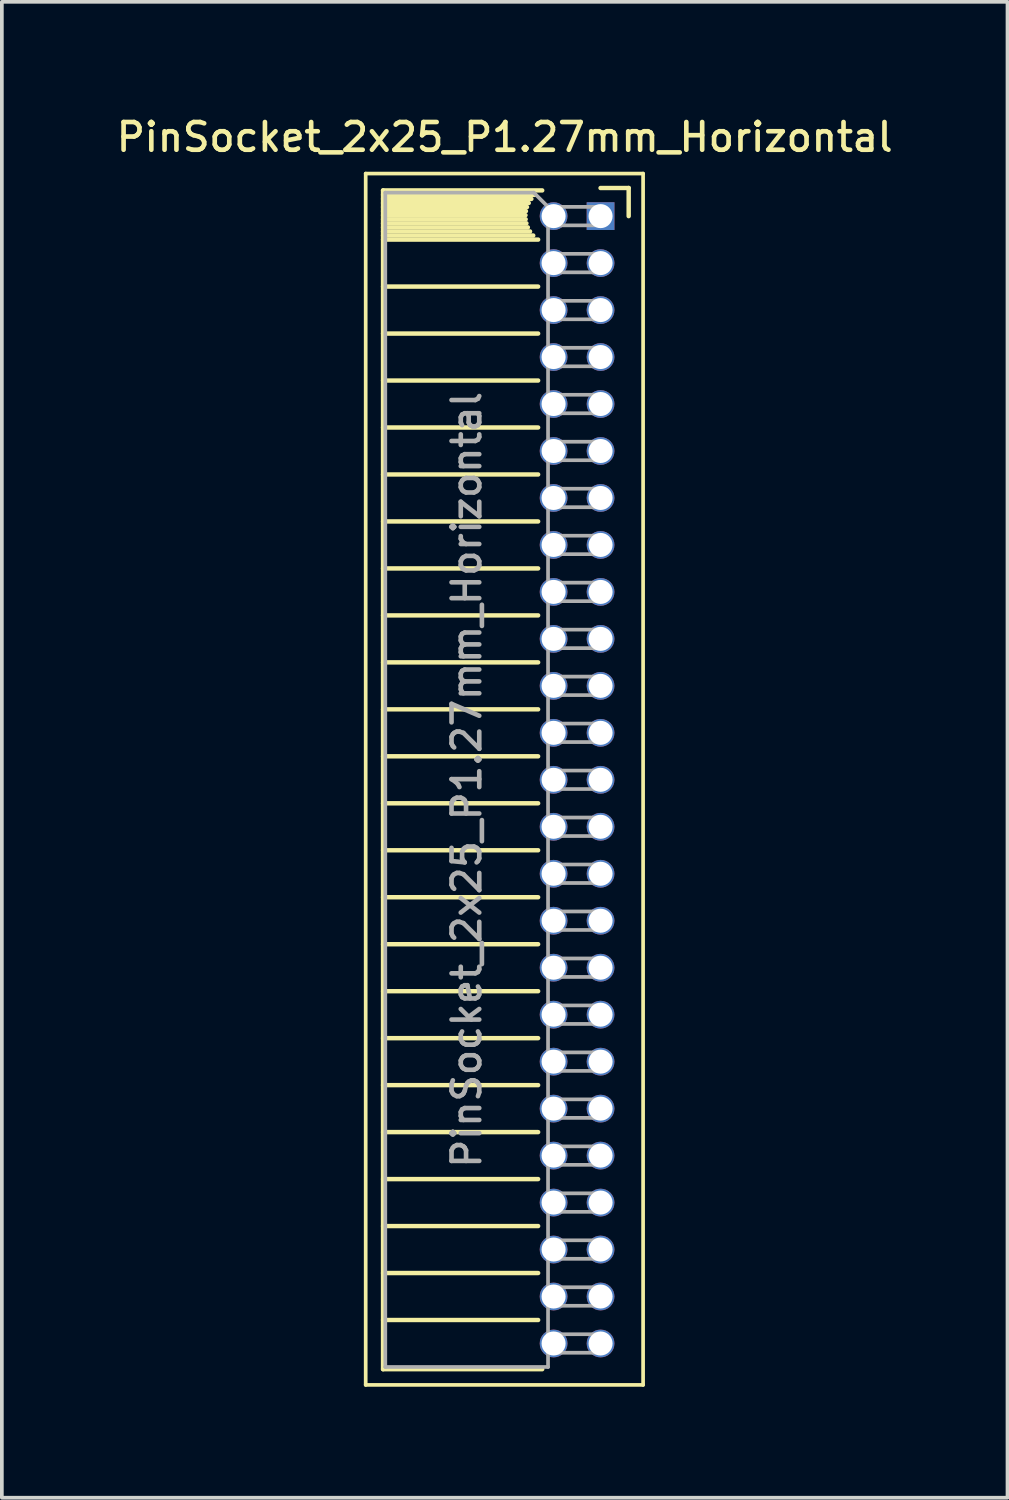
<source format=kicad_pcb>
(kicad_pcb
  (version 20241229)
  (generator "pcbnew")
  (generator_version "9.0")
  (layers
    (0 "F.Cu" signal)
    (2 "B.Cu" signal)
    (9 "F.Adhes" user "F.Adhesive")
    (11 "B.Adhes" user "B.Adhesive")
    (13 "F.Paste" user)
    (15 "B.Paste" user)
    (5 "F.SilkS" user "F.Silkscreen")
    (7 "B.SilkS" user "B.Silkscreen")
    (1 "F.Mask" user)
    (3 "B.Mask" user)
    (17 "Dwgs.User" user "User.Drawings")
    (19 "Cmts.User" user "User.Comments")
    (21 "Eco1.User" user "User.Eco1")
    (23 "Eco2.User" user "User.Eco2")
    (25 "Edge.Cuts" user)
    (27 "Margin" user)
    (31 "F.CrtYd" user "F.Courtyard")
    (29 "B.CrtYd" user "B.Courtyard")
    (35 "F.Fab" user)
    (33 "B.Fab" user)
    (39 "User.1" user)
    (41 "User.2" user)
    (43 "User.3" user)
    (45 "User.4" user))
  (footprint "PinSocket_2x25_P1.27mm_Horizontal"
    (layer "F.Cu")
    (at 13.187 2.793)
    (property "Reference" "PinSocket_2x25_P1.27mm_Horizontal" (at -2.592 -2.135 0) (layer "F.SilkS") (effects (font (size 0.75 0.75) (thickness 0.125))))
    (attr through_hole)
    (fp_line (start -6.35 -1.15) (end -6.35 31.6) (stroke (width 0.1) (type solid)) (layer "F.SilkS"))
    (fp_line (start -6.35 31.6) (end 1.15 31.6) (stroke (width 0.1) (type solid)) (layer "F.SilkS"))
    (fp_line (start -5.88 -0.695) (end -5.88 31.175) (stroke (width 0.12) (type solid)) (layer "F.SilkS"))
    (fp_line (start -5.88 -0.695) (end -1.578 -0.695) (stroke (width 0.12) (type solid)) (layer "F.SilkS"))
    (fp_line (start -5.88 -0.575) (end -1.767 -0.575) (stroke (width 0.12) (type solid)) (layer "F.SilkS"))
    (fp_line (start -5.88 -0.465) (end -1.871 -0.465) (stroke (width 0.12) (type solid)) (layer "F.SilkS"))
    (fp_line (start -5.88 -0.355) (end -1.942 -0.355) (stroke (width 0.12) (type solid)) (layer "F.SilkS"))
    (fp_line (start -5.88 -0.245) (end -1.989 -0.245) (stroke (width 0.12) (type solid)) (layer "F.SilkS"))
    (fp_line (start -5.88 -0.135) (end -2.018 -0.135) (stroke (width 0.12) (type solid)) (layer "F.SilkS"))
    (fp_line (start -5.88 -0.025) (end -2.03 -0.025) (stroke (width 0.12) (type solid)) (layer "F.SilkS"))
    (fp_line (start -5.88 0.085) (end -2.025 0.085) (stroke (width 0.12) (type solid)) (layer "F.SilkS"))
    (fp_line (start -5.88 0.195) (end -2.005 0.195) (stroke (width 0.12) (type solid)) (layer "F.SilkS"))
    (fp_line (start -5.88 0.305) (end -1.966 0.305) (stroke (width 0.12) (type solid)) (layer "F.SilkS"))
    (fp_line (start -5.88 0.415) (end -1.907 0.415) (stroke (width 0.12) (type solid)) (layer "F.SilkS"))
    (fp_line (start -5.88 0.525) (end -1.82 0.525) (stroke (width 0.12) (type solid)) (layer "F.SilkS"))
    (fp_line (start -5.88 0.635) (end -1.688 0.635) (stroke (width 0.12) (type solid)) (layer "F.SilkS"))
    (fp_line (start -5.88 1.905) (end -1.688 1.905) (stroke (width 0.12) (type solid)) (layer "F.SilkS"))
    (fp_line (start -5.88 3.175) (end -1.688 3.175) (stroke (width 0.12) (type solid)) (layer "F.SilkS"))
    (fp_line (start -5.88 4.445) (end -1.688 4.445) (stroke (width 0.12) (type solid)) (layer "F.SilkS"))
    (fp_line (start -5.88 5.715) (end -1.688 5.715) (stroke (width 0.12) (type solid)) (layer "F.SilkS"))
    (fp_line (start -5.88 6.985) (end -1.688 6.985) (stroke (width 0.12) (type solid)) (layer "F.SilkS"))
    (fp_line (start -5.88 8.255) (end -1.688 8.255) (stroke (width 0.12) (type solid)) (layer "F.SilkS"))
    (fp_line (start -5.88 9.525) (end -1.688 9.525) (stroke (width 0.12) (type solid)) (layer "F.SilkS"))
    (fp_line (start -5.88 10.795) (end -1.688 10.795) (stroke (width 0.12) (type solid)) (layer "F.SilkS"))
    (fp_line (start -5.88 12.065) (end -1.688 12.065) (stroke (width 0.12) (type solid)) (layer "F.SilkS"))
    (fp_line (start -5.88 13.335) (end -1.688 13.335) (stroke (width 0.12) (type solid)) (layer "F.SilkS"))
    (fp_line (start -5.88 14.605) (end -1.688 14.605) (stroke (width 0.12) (type solid)) (layer "F.SilkS"))
    (fp_line (start -5.88 15.875) (end -1.688 15.875) (stroke (width 0.12) (type solid)) (layer "F.SilkS"))
    (fp_line (start -5.88 17.145) (end -1.688 17.145) (stroke (width 0.12) (type solid)) (layer "F.SilkS"))
    (fp_line (start -5.88 18.415) (end -1.688 18.415) (stroke (width 0.12) (type solid)) (layer "F.SilkS"))
    (fp_line (start -5.88 19.685) (end -1.688 19.685) (stroke (width 0.12) (type solid)) (layer "F.SilkS"))
    (fp_line (start -5.88 20.955) (end -1.688 20.955) (stroke (width 0.12) (type solid)) (layer "F.SilkS"))
    (fp_line (start -5.88 22.225) (end -1.688 22.225) (stroke (width 0.12) (type solid)) (layer "F.SilkS"))
    (fp_line (start -5.88 23.495) (end -1.688 23.495) (stroke (width 0.12) (type solid)) (layer "F.SilkS"))
    (fp_line (start -5.88 24.765) (end -1.688 24.765) (stroke (width 0.12) (type solid)) (layer "F.SilkS"))
    (fp_line (start -5.88 26.035) (end -1.688 26.035) (stroke (width 0.12) (type solid)) (layer "F.SilkS"))
    (fp_line (start -5.88 27.305) (end -1.688 27.305) (stroke (width 0.12) (type solid)) (layer "F.SilkS"))
    (fp_line (start -5.88 28.575) (end -1.688 28.575) (stroke (width 0.12) (type solid)) (layer "F.SilkS"))
    (fp_line (start -5.88 29.845) (end -1.688 29.845) (stroke (width 0.12) (type solid)) (layer "F.SilkS"))
    (fp_line (start -5.88 31.175) (end -1.578 31.175) (stroke (width 0.12) (type solid)) (layer "F.SilkS"))
    (fp_line (start 0 -0.76) (end 0.76 -0.76) (stroke (width 0.12) (type solid)) (layer "F.SilkS"))
    (fp_line (start 0.76 -0.76) (end 0.76 0) (stroke (width 0.12) (type solid)) (layer "F.SilkS"))
    (fp_line (start 1.15 -1.15) (end -6.35 -1.15) (stroke (width 0.1) (type solid)) (layer "F.SilkS"))
    (fp_line (start 1.15 31.6) (end 1.15 -1.15) (stroke (width 0.1) (type solid)) (layer "F.SilkS"))
    (fp_line (start -5.82 -0.635) (end -1.805 -0.635) (stroke (width 0.1) (type solid)) (layer "F.Fab"))
    (fp_line (start -5.82 31.115) (end -5.82 -0.635) (stroke (width 0.1) (type solid)) (layer "F.Fab"))
    (fp_line (start -1.805 -0.635) (end -1.42 -0.25) (stroke (width 0.1) (type solid)) (layer "F.Fab"))
    (fp_line (start -1.42 -0.25) (end -1.42 31.115) (stroke (width 0.1) (type solid)) (layer "F.Fab"))
    (fp_line (start -1.42 0.25) (end 0 0.25) (stroke (width 0.1) (type solid)) (layer "F.Fab"))
    (fp_line (start -1.42 1.52) (end 0 1.52) (stroke (width 0.1) (type solid)) (layer "F.Fab"))
    (fp_line (start -1.42 2.79) (end 0 2.79) (stroke (width 0.1) (type solid)) (layer "F.Fab"))
    (fp_line (start -1.42 4.06) (end 0 4.06) (stroke (width 0.1) (type solid)) (layer "F.Fab"))
    (fp_line (start -1.42 5.33) (end 0 5.33) (stroke (width 0.1) (type solid)) (layer "F.Fab"))
    (fp_line (start -1.42 6.6) (end 0 6.6) (stroke (width 0.1) (type solid)) (layer "F.Fab"))
    (fp_line (start -1.42 7.87) (end 0 7.87) (stroke (width 0.1) (type solid)) (layer "F.Fab"))
    (fp_line (start -1.42 9.14) (end 0 9.14) (stroke (width 0.1) (type solid)) (layer "F.Fab"))
    (fp_line (start -1.42 10.41) (end 0 10.41) (stroke (width 0.1) (type solid)) (layer "F.Fab"))
    (fp_line (start -1.42 11.68) (end 0 11.68) (stroke (width 0.1) (type solid)) (layer "F.Fab"))
    (fp_line (start -1.42 12.95) (end 0 12.95) (stroke (width 0.1) (type solid)) (layer "F.Fab"))
    (fp_line (start -1.42 14.22) (end 0 14.22) (stroke (width 0.1) (type solid)) (layer "F.Fab"))
    (fp_line (start -1.42 15.49) (end 0 15.49) (stroke (width 0.1) (type solid)) (layer "F.Fab"))
    (fp_line (start -1.42 16.76) (end 0 16.76) (stroke (width 0.1) (type solid)) (layer "F.Fab"))
    (fp_line (start -1.42 18.03) (end 0 18.03) (stroke (width 0.1) (type solid)) (layer "F.Fab"))
    (fp_line (start -1.42 19.3) (end 0 19.3) (stroke (width 0.1) (type solid)) (layer "F.Fab"))
    (fp_line (start -1.42 20.57) (end 0 20.57) (stroke (width 0.1) (type solid)) (layer "F.Fab"))
    (fp_line (start -1.42 21.84) (end 0 21.84) (stroke (width 0.1) (type solid)) (layer "F.Fab"))
    (fp_line (start -1.42 23.11) (end 0 23.11) (stroke (width 0.1) (type solid)) (layer "F.Fab"))
    (fp_line (start -1.42 24.38) (end 0 24.38) (stroke (width 0.1) (type solid)) (layer "F.Fab"))
    (fp_line (start -1.42 25.65) (end 0 25.65) (stroke (width 0.1) (type solid)) (layer "F.Fab"))
    (fp_line (start -1.42 26.92) (end 0 26.92) (stroke (width 0.1) (type solid)) (layer "F.Fab"))
    (fp_line (start -1.42 28.19) (end 0 28.19) (stroke (width 0.1) (type solid)) (layer "F.Fab"))
    (fp_line (start -1.42 29.46) (end 0 29.46) (stroke (width 0.1) (type solid)) (layer "F.Fab"))
    (fp_line (start -1.42 30.73) (end 0 30.73) (stroke (width 0.1) (type solid)) (layer "F.Fab"))
    (fp_line (start -1.42 31.115) (end -5.82 31.115) (stroke (width 0.1) (type solid)) (layer "F.Fab"))
    (fp_line (start 0 -0.25) (end -1.42 -0.25) (stroke (width 0.1) (type solid)) (layer "F.Fab"))
    (fp_line (start 0 0.25) (end 0 -0.25) (stroke (width 0.1) (type solid)) (layer "F.Fab"))
    (fp_line (start 0 1.02) (end -1.42 1.02) (stroke (width 0.1) (type solid)) (layer "F.Fab"))
    (fp_line (start 0 1.52) (end 0 1.02) (stroke (width 0.1) (type solid)) (layer "F.Fab"))
    (fp_line (start 0 2.29) (end -1.42 2.29) (stroke (width 0.1) (type solid)) (layer "F.Fab"))
    (fp_line (start 0 2.79) (end 0 2.29) (stroke (width 0.1) (type solid)) (layer "F.Fab"))
    (fp_line (start 0 3.56) (end -1.42 3.56) (stroke (width 0.1) (type solid)) (layer "F.Fab"))
    (fp_line (start 0 4.06) (end 0 3.56) (stroke (width 0.1) (type solid)) (layer "F.Fab"))
    (fp_line (start 0 4.83) (end -1.42 4.83) (stroke (width 0.1) (type solid)) (layer "F.Fab"))
    (fp_line (start 0 5.33) (end 0 4.83) (stroke (width 0.1) (type solid)) (layer "F.Fab"))
    (fp_line (start 0 6.1) (end -1.42 6.1) (stroke (width 0.1) (type solid)) (layer "F.Fab"))
    (fp_line (start 0 6.6) (end 0 6.1) (stroke (width 0.1) (type solid)) (layer "F.Fab"))
    (fp_line (start 0 7.37) (end -1.42 7.37) (stroke (width 0.1) (type solid)) (layer "F.Fab"))
    (fp_line (start 0 7.87) (end 0 7.37) (stroke (width 0.1) (type solid)) (layer "F.Fab"))
    (fp_line (start 0 8.64) (end -1.42 8.64) (stroke (width 0.1) (type solid)) (layer "F.Fab"))
    (fp_line (start 0 9.14) (end 0 8.64) (stroke (width 0.1) (type solid)) (layer "F.Fab"))
    (fp_line (start 0 9.91) (end -1.42 9.91) (stroke (width 0.1) (type solid)) (layer "F.Fab"))
    (fp_line (start 0 10.41) (end 0 9.91) (stroke (width 0.1) (type solid)) (layer "F.Fab"))
    (fp_line (start 0 11.18) (end -1.42 11.18) (stroke (width 0.1) (type solid)) (layer "F.Fab"))
    (fp_line (start 0 11.68) (end 0 11.18) (stroke (width 0.1) (type solid)) (layer "F.Fab"))
    (fp_line (start 0 12.45) (end -1.42 12.45) (stroke (width 0.1) (type solid)) (layer "F.Fab"))
    (fp_line (start 0 12.95) (end 0 12.45) (stroke (width 0.1) (type solid)) (layer "F.Fab"))
    (fp_line (start 0 13.72) (end -1.42 13.72) (stroke (width 0.1) (type solid)) (layer "F.Fab"))
    (fp_line (start 0 14.22) (end 0 13.72) (stroke (width 0.1) (type solid)) (layer "F.Fab"))
    (fp_line (start 0 14.99) (end -1.42 14.99) (stroke (width 0.1) (type solid)) (layer "F.Fab"))
    (fp_line (start 0 15.49) (end 0 14.99) (stroke (width 0.1) (type solid)) (layer "F.Fab"))
    (fp_line (start 0 16.26) (end -1.42 16.26) (stroke (width 0.1) (type solid)) (layer "F.Fab"))
    (fp_line (start 0 16.76) (end 0 16.26) (stroke (width 0.1) (type solid)) (layer "F.Fab"))
    (fp_line (start 0 17.53) (end -1.42 17.53) (stroke (width 0.1) (type solid)) (layer "F.Fab"))
    (fp_line (start 0 18.03) (end 0 17.53) (stroke (width 0.1) (type solid)) (layer "F.Fab"))
    (fp_line (start 0 18.8) (end -1.42 18.8) (stroke (width 0.1) (type solid)) (layer "F.Fab"))
    (fp_line (start 0 19.3) (end 0 18.8) (stroke (width 0.1) (type solid)) (layer "F.Fab"))
    (fp_line (start 0 20.07) (end -1.42 20.07) (stroke (width 0.1) (type solid)) (layer "F.Fab"))
    (fp_line (start 0 20.57) (end 0 20.07) (stroke (width 0.1) (type solid)) (layer "F.Fab"))
    (fp_line (start 0 21.34) (end -1.42 21.34) (stroke (width 0.1) (type solid)) (layer "F.Fab"))
    (fp_line (start 0 21.84) (end 0 21.34) (stroke (width 0.1) (type solid)) (layer "F.Fab"))
    (fp_line (start 0 22.61) (end -1.42 22.61) (stroke (width 0.1) (type solid)) (layer "F.Fab"))
    (fp_line (start 0 23.11) (end 0 22.61) (stroke (width 0.1) (type solid)) (layer "F.Fab"))
    (fp_line (start 0 23.88) (end -1.42 23.88) (stroke (width 0.1) (type solid)) (layer "F.Fab"))
    (fp_line (start 0 24.38) (end 0 23.88) (stroke (width 0.1) (type solid)) (layer "F.Fab"))
    (fp_line (start 0 25.15) (end -1.42 25.15) (stroke (width 0.1) (type solid)) (layer "F.Fab"))
    (fp_line (start 0 25.65) (end 0 25.15) (stroke (width 0.1) (type solid)) (layer "F.Fab"))
    (fp_line (start 0 26.42) (end -1.42 26.42) (stroke (width 0.1) (type solid)) (layer "F.Fab"))
    (fp_line (start 0 26.92) (end 0 26.42) (stroke (width 0.1) (type solid)) (layer "F.Fab"))
    (fp_line (start 0 27.69) (end -1.42 27.69) (stroke (width 0.1) (type solid)) (layer "F.Fab"))
    (fp_line (start 0 28.19) (end 0 27.69) (stroke (width 0.1) (type solid)) (layer "F.Fab"))
    (fp_line (start 0 28.96) (end -1.42 28.96) (stroke (width 0.1) (type solid)) (layer "F.Fab"))
    (fp_line (start 0 29.46) (end 0 28.96) (stroke (width 0.1) (type solid)) (layer "F.Fab"))
    (fp_line (start 0 30.23) (end -1.42 30.23) (stroke (width 0.1) (type solid)) (layer "F.Fab"))
    (fp_line (start 0 30.73) (end 0 30.23) (stroke (width 0.1) (type solid)) (layer "F.Fab"))
    (fp_text user "${REFERENCE}" (at -3.62 15.24 90) (layer "F.Fab") (effects (font (size 0.75 0.75) (thickness 0.125))))
    (pad "1" thru_hole rect (at 0 0) (size 0.75 0.75) (drill 0.65) (layers "*.Cu" "*.Mask"))
    (pad "2" thru_hole oval (at -1.27 0) (size 0.75 0.75) (drill 0.65) (layers "*.Cu" "*.Mask"))
    (pad "3" thru_hole oval (at 0 1.27) (size 0.75 0.75) (drill 0.65) (layers "*.Cu" "*.Mask"))
    (pad "4" thru_hole oval (at -1.27 1.27) (size 0.75 0.75) (drill 0.65) (layers "*.Cu" "*.Mask"))
    (pad "5" thru_hole oval (at 0 2.54) (size 0.75 0.75) (drill 0.65) (layers "*.Cu" "*.Mask"))
    (pad "6" thru_hole oval (at -1.27 2.54) (size 0.75 0.75) (drill 0.65) (layers "*.Cu" "*.Mask"))
    (pad "7" thru_hole oval (at 0 3.81) (size 0.75 0.75) (drill 0.65) (layers "*.Cu" "*.Mask"))
    (pad "8" thru_hole oval (at -1.27 3.81) (size 0.75 0.75) (drill 0.65) (layers "*.Cu" "*.Mask"))
    (pad "9" thru_hole oval (at 0 5.08) (size 0.75 0.75) (drill 0.65) (layers "*.Cu" "*.Mask"))
    (pad "10" thru_hole oval (at -1.27 5.08) (size 0.75 0.75) (drill 0.65) (layers "*.Cu" "*.Mask"))
    (pad "11" thru_hole oval (at 0 6.35) (size 0.75 0.75) (drill 0.65) (layers "*.Cu" "*.Mask"))
    (pad "12" thru_hole oval (at -1.27 6.35) (size 0.75 0.75) (drill 0.65) (layers "*.Cu" "*.Mask"))
    (pad "13" thru_hole oval (at 0 7.62) (size 0.75 0.75) (drill 0.65) (layers "*.Cu" "*.Mask"))
    (pad "14" thru_hole oval (at -1.27 7.62) (size 0.75 0.75) (drill 0.65) (layers "*.Cu" "*.Mask"))
    (pad "15" thru_hole oval (at 0 8.89) (size 0.75 0.75) (drill 0.65) (layers "*.Cu" "*.Mask"))
    (pad "16" thru_hole oval (at -1.27 8.89) (size 0.75 0.75) (drill 0.65) (layers "*.Cu" "*.Mask"))
    (pad "17" thru_hole oval (at 0 10.16) (size 0.75 0.75) (drill 0.65) (layers "*.Cu" "*.Mask"))
    (pad "18" thru_hole oval (at -1.27 10.16) (size 0.75 0.75) (drill 0.65) (layers "*.Cu" "*.Mask"))
    (pad "19" thru_hole oval (at 0 11.43) (size 0.75 0.75) (drill 0.65) (layers "*.Cu" "*.Mask"))
    (pad "20" thru_hole oval (at -1.27 11.43) (size 0.75 0.75) (drill 0.65) (layers "*.Cu" "*.Mask"))
    (pad "21" thru_hole oval (at 0 12.7) (size 0.75 0.75) (drill 0.65) (layers "*.Cu" "*.Mask"))
    (pad "22" thru_hole oval (at -1.27 12.7) (size 0.75 0.75) (drill 0.65) (layers "*.Cu" "*.Mask"))
    (pad "23" thru_hole oval (at 0 13.97) (size 0.75 0.75) (drill 0.65) (layers "*.Cu" "*.Mask"))
    (pad "24" thru_hole oval (at -1.27 13.97) (size 0.75 0.75) (drill 0.65) (layers "*.Cu" "*.Mask"))
    (pad "25" thru_hole oval (at 0 15.24) (size 0.75 0.75) (drill 0.65) (layers "*.Cu" "*.Mask"))
    (pad "26" thru_hole oval (at -1.27 15.24) (size 0.75 0.75) (drill 0.65) (layers "*.Cu" "*.Mask"))
    (pad "27" thru_hole oval (at 0 16.51) (size 0.75 0.75) (drill 0.65) (layers "*.Cu" "*.Mask"))
    (pad "28" thru_hole oval (at -1.27 16.51) (size 0.75 0.75) (drill 0.65) (layers "*.Cu" "*.Mask"))
    (pad "29" thru_hole oval (at 0 17.78) (size 0.75 0.75) (drill 0.65) (layers "*.Cu" "*.Mask"))
    (pad "30" thru_hole oval (at -1.27 17.78) (size 0.75 0.75) (drill 0.65) (layers "*.Cu" "*.Mask"))
    (pad "31" thru_hole oval (at 0 19.05) (size 0.75 0.75) (drill 0.65) (layers "*.Cu" "*.Mask"))
    (pad "32" thru_hole oval (at -1.27 19.05) (size 0.75 0.75) (drill 0.65) (layers "*.Cu" "*.Mask"))
    (pad "33" thru_hole oval (at 0 20.32) (size 0.75 0.75) (drill 0.65) (layers "*.Cu" "*.Mask"))
    (pad "34" thru_hole oval (at -1.27 20.32) (size 0.75 0.75) (drill 0.65) (layers "*.Cu" "*.Mask"))
    (pad "35" thru_hole oval (at 0 21.59) (size 0.75 0.75) (drill 0.65) (layers "*.Cu" "*.Mask"))
    (pad "36" thru_hole oval (at -1.27 21.59) (size 0.75 0.75) (drill 0.65) (layers "*.Cu" "*.Mask"))
    (pad "37" thru_hole oval (at 0 22.86) (size 0.75 0.75) (drill 0.65) (layers "*.Cu" "*.Mask"))
    (pad "38" thru_hole oval (at -1.27 22.86) (size 0.75 0.75) (drill 0.65) (layers "*.Cu" "*.Mask"))
    (pad "39" thru_hole oval (at 0 24.13) (size 0.75 0.75) (drill 0.65) (layers "*.Cu" "*.Mask"))
    (pad "40" thru_hole oval (at -1.27 24.13) (size 0.75 0.75) (drill 0.65) (layers "*.Cu" "*.Mask"))
    (pad "41" thru_hole oval (at 0 25.4) (size 0.75 0.75) (drill 0.65) (layers "*.Cu" "*.Mask"))
    (pad "42" thru_hole oval (at -1.27 25.4) (size 0.75 0.75) (drill 0.65) (layers "*.Cu" "*.Mask"))
    (pad "43" thru_hole oval (at 0 26.67) (size 0.75 0.75) (drill 0.65) (layers "*.Cu" "*.Mask"))
    (pad "44" thru_hole oval (at -1.27 26.67) (size 0.75 0.75) (drill 0.65) (layers "*.Cu" "*.Mask"))
    (pad "45" thru_hole oval (at 0 27.94) (size 0.75 0.75) (drill 0.65) (layers "*.Cu" "*.Mask"))
    (pad "46" thru_hole oval (at -1.27 27.94) (size 0.75 0.75) (drill 0.65) (layers "*.Cu" "*.Mask"))
    (pad "47" thru_hole oval (at 0 29.21) (size 0.75 0.75) (drill 0.65) (layers "*.Cu" "*.Mask"))
    (pad "48" thru_hole oval (at -1.27 29.21) (size 0.75 0.75) (drill 0.65) (layers "*.Cu" "*.Mask"))
    (pad "49" thru_hole oval (at 0 30.48) (size 0.75 0.75) (drill 0.65) (layers "*.Cu" "*.Mask"))
    (pad "50" thru_hole oval (at -1.27 30.48) (size 0.75 0.75) (drill 0.65) (layers "*.Cu" "*.Mask")))
  (gr_rect
    (start -3 -3)
    (end 24.189 37.443)
    (stroke (width 0.1) (type default))
    (fill no)
    (layer "Edge.Cuts")))
</source>
